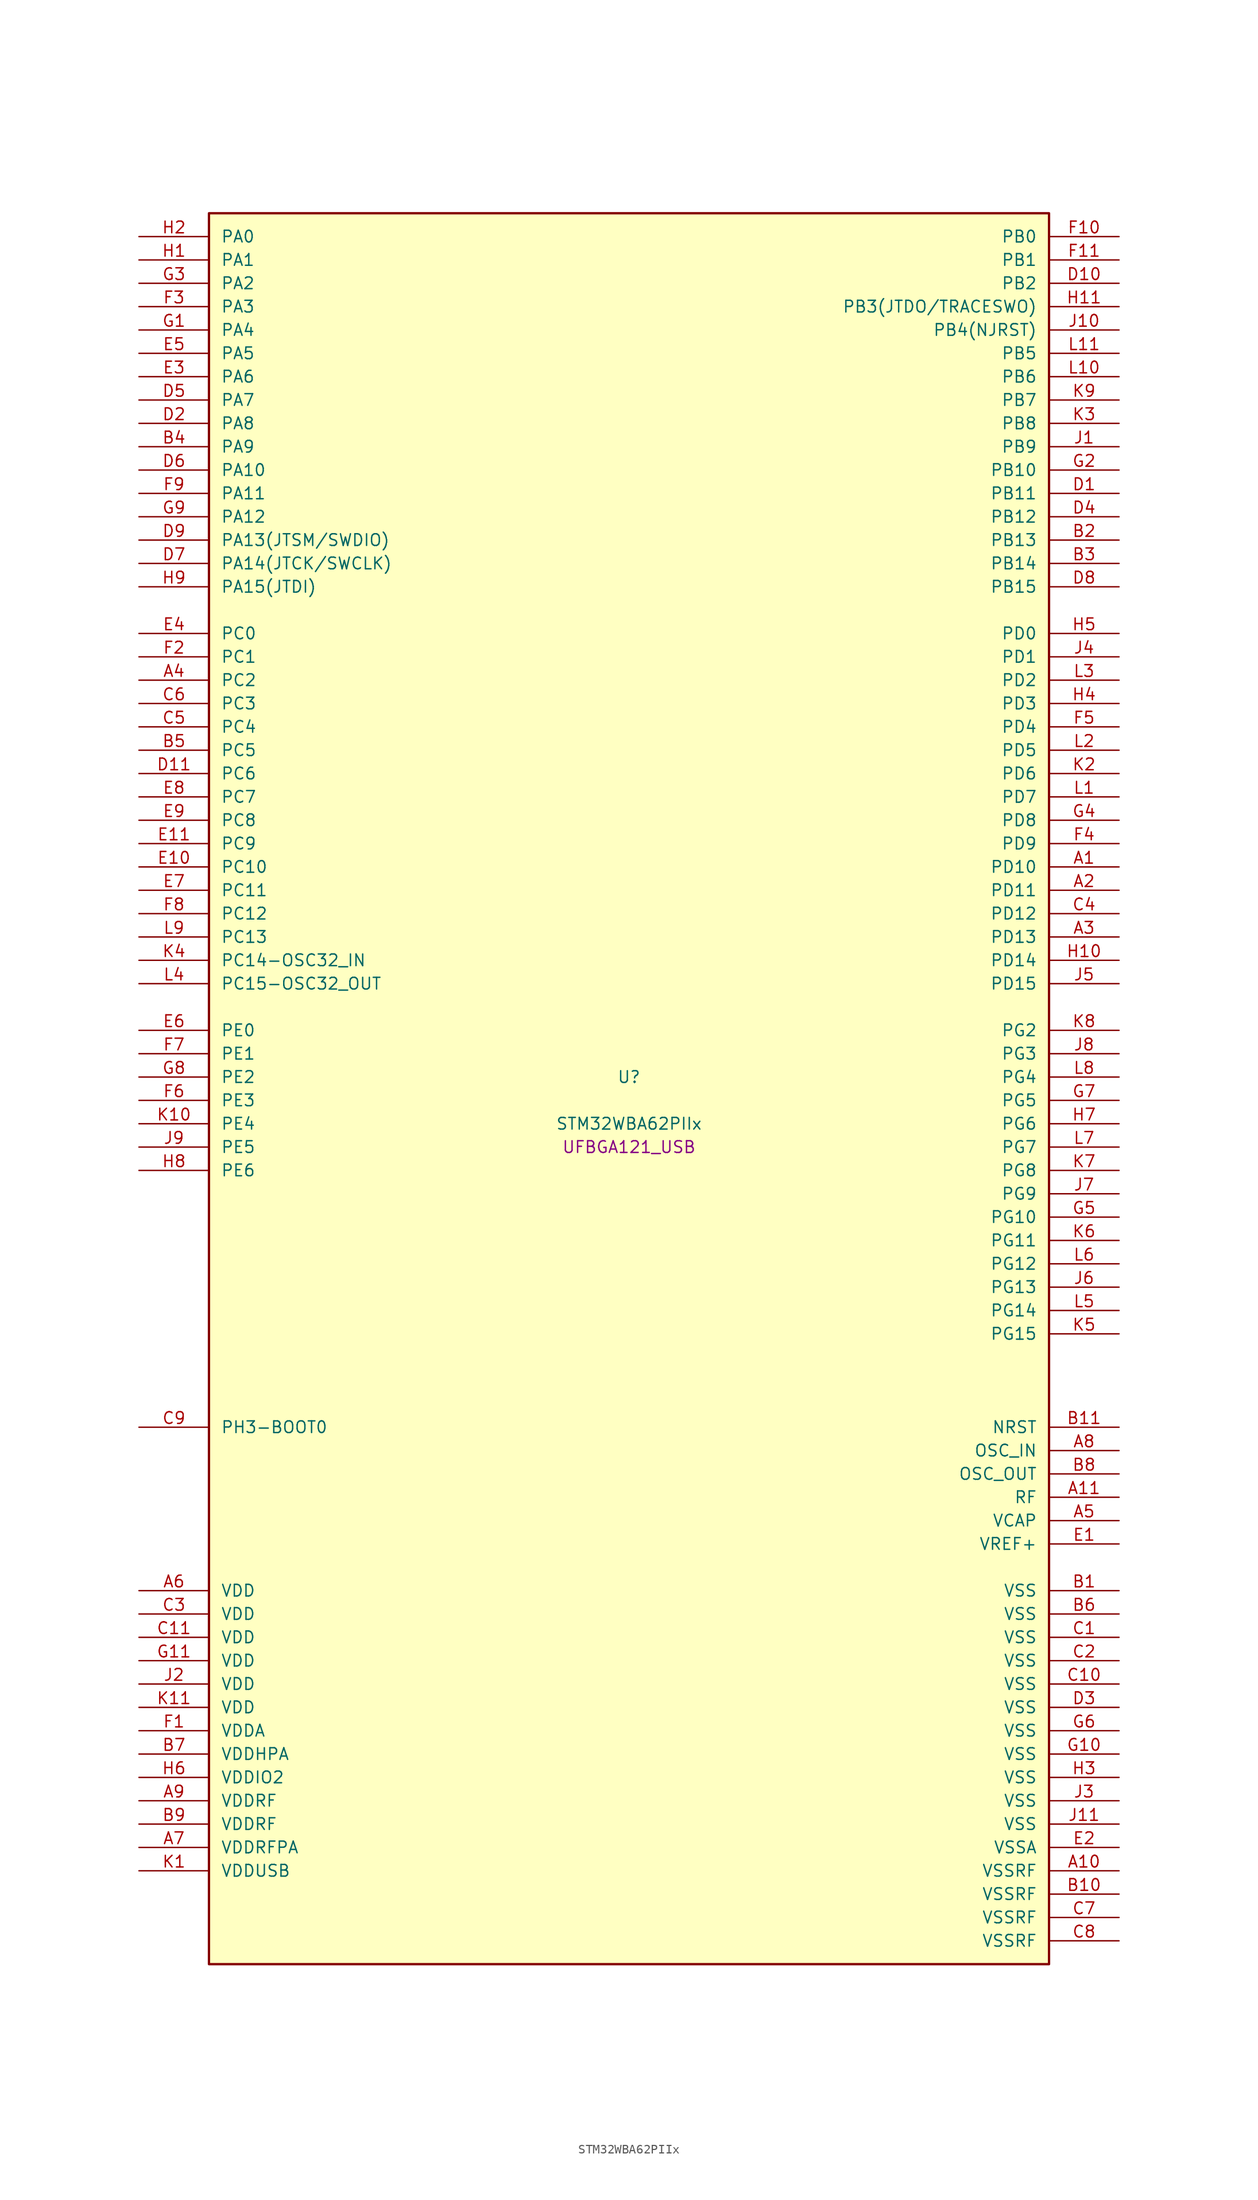
<source format=kicad_sym>
(kicad_symbol_lib
  (version 20241209)
  (generator "stm32_pkl_generator")
  (generator_version "1.0")
  (symbol "STM32WBA62PIIx"
    (pin_names
      (offset 1.27))
    (property "Reference" "U"
      (at 0 2.54 0))
    (property "Value" "STM32WBA62PIIx"
      (at 0 -2.54 0))
    (property "Footprint" "UFBGA121_USB"
      (at 0 -5.08 0))
    (symbol "STM32WBA62PIIx_1_1"
      (rectangle (start -45.72 96.52) (end 45.72 -93.98) (stroke (width 0.254) (type solid)) (fill (type background)))
      (pin bidirectional line (at -53.34 93.98 0) (length 7.62) (name "PA0") (number "H2") (alternate "PA0/ADC4_IN9" bidirectional line) (alternate "PA0/COMP2_INP" bidirectional line) (alternate "PA0/LPTIM1_IN1" bidirectional line) (alternate "PA0/LPUART1_CTS" bidirectional line) (alternate "PA0/PWR_WKUP1" bidirectional line) (alternate "PA0/SPI3_SCK" bidirectional line) (alternate "PA0/TIM1_CH2N" bidirectional line) (alternate "PA0/TIM3_CH3" bidirectional line) (alternate "PA0/TIM3_ETR" bidirectional line) (alternate "PA0/TSC_G2_IO2" bidirectional line))
      (pin bidirectional line (at -53.34 91.44 0) (length 7.62) (name "PA1") (number "H1") (alternate "PA1/ADC4_IN8" bidirectional line) (alternate "PA1/COMP1_INM" bidirectional line) (alternate "PA1/LPTIM2_CH2" bidirectional line) (alternate "PA1/LPUART1_RX" bidirectional line) (alternate "PA1/PWR_WKUP3" bidirectional line) (alternate "PA1/SAI1_CK1" bidirectional line) (alternate "PA1/SPI1_RDY" bidirectional line) (alternate "PA1/SPI3_MISO" bidirectional line) (alternate "PA1/TIM17_CH1" bidirectional line) (alternate "PA1/TIM1_CH1N" bidirectional line) (alternate "PA1/TIM3_CH2" bidirectional line) (alternate "PA1/TSC_G2_IO1" bidirectional line) (alternate "PA1/USART1_CK" bidirectional line))
      (pin bidirectional line (at -53.34 88.9 0) (length 7.62) (name "PA2") (number "G3") (alternate "PA2/ADC4_IN7" bidirectional line) (alternate "PA2/COMP1_INP" bidirectional line) (alternate "PA2/LPUART1_TX" bidirectional line) (alternate "PA2/PWR_WKUP4" bidirectional line) (alternate "PA2/RCC_LSCO" bidirectional line) (alternate "PA2/SAI1_D1" bidirectional line) (alternate "PA2/TIM16_CH1" bidirectional line) (alternate "PA2/TIM1_BKIN" bidirectional line) (alternate "PA2/TIM3_CH1" bidirectional line) (alternate "PA2/TSC_G4_IO4" bidirectional line) (alternate "PA2/USART1_DE" bidirectional line) (alternate "PA2/USART1_RTS" bidirectional line))
      (pin bidirectional line (at -53.34 86.36 0) (length 7.62) (name "PA3") (number "F3") (alternate "PA3/ADC4_IN6" bidirectional line) (alternate "PA3/PWR_WKUP5" bidirectional line) (alternate "PA3/TIM16_CH1N" bidirectional line) (alternate "PA3/TSC_G4_IO2" bidirectional line) (alternate "PA3/USART1_DE" bidirectional line) (alternate "PA3/USART1_RTS" bidirectional line))
      (pin bidirectional line (at -53.34 83.82 0) (length 7.62) (name "PA4") (number "G1") (alternate "PA4/ADC4_IN5" bidirectional line) (alternate "PA4/AUDIOCLK" bidirectional line) (alternate "PA4/PWR_WKUP2" bidirectional line) (alternate "PA4/TAMP_IN6" bidirectional line) (alternate "PA4/TAMP_OUT3" bidirectional line) (alternate "PA4/TIM16_CH1" bidirectional line) (alternate "PA4/TSC_G4_IO1" bidirectional line) (alternate "PA4/USART1_CTS" bidirectional line))
      (pin bidirectional line (at -53.34 81.28 0) (length 7.62) (name "PA5") (number "E5") (alternate "PA5/ADC4_IN4" bidirectional line) (alternate "PA5/AUDIOCLK" bidirectional line) (alternate "PA5/LPTIM2_ETR" bidirectional line) (alternate "PA5/PWR_CSLEEP" bidirectional line) (alternate "PA5/PWR_WKUP6" bidirectional line) (alternate "PA5/SAI1_D2" bidirectional line) (alternate "PA5/SPI3_NSS" bidirectional line) (alternate "PA5/TIM2_CH1" bidirectional line) (alternate "PA5/TIM2_ETR" bidirectional line) (alternate "PA5/TSC_G1_IO4" bidirectional line) (alternate "PA5/USART1_CK" bidirectional line) (alternate "PA5/USART3_RX" bidirectional line))
      (pin bidirectional line (at -53.34 78.74 0) (length 7.62) (name "PA6") (number "E3") (alternate "PA6/ADC4_IN3" bidirectional line) (alternate "PA6/I2C3_SCL" bidirectional line) (alternate "PA6/PWR_CSTOP" bidirectional line) (alternate "PA6/PWR_WKUP7" bidirectional line) (alternate "PA6/SAI1_CK2" bidirectional line) (alternate "PA6/SAI1_MCLK_A" bidirectional line) (alternate "PA6/SPI3_RDY" bidirectional line) (alternate "PA6/TIM2_CH4" bidirectional line) (alternate "PA6/TSC_G1_IO3" bidirectional line) (alternate "PA6/USART1_DE" bidirectional line) (alternate "PA6/USART1_RTS" bidirectional line) (alternate "PA6/USART3_CTS" bidirectional line))
      (pin bidirectional line (at -53.34 76.2 0) (length 7.62) (name "PA7") (number "D5") (alternate "PA7/ADC4_IN2" bidirectional line) (alternate "PA7/COMP1_OUT" bidirectional line) (alternate "PA7/I2C3_SDA" bidirectional line) (alternate "PA7/PWR_WKUP8" bidirectional line) (alternate "PA7/SAI1_SCK_A" bidirectional line) (alternate "PA7/SPI3_SCK" bidirectional line) (alternate "PA7/TAMP_IN1" bidirectional line) (alternate "PA7/TAMP_OUT2" bidirectional line) (alternate "PA7/TIM2_CH3" bidirectional line) (alternate "PA7/TSC_G1_IO2" bidirectional line) (alternate "PA7/USART1_CTS" bidirectional line) (alternate "PA7/USART3_TX" bidirectional line))
      (pin bidirectional line (at -53.34 73.66 0) (length 7.62) (name "PA8") (number "D2") (alternate "PA8/ADC4_IN1" bidirectional line) (alternate "PA8/LPTIM1_CH2" bidirectional line) (alternate "PA8/RCC_MCO" bidirectional line) (alternate "PA8/SAI1_FS_A" bidirectional line) (alternate "PA8/SPI3_RDY" bidirectional line) (alternate "PA8/TIM2_CH2" bidirectional line) (alternate "PA8/TSC_G1_IO1" bidirectional line) (alternate "PA8/USART1_RX" bidirectional line) (alternate "PA8/USB_OTG_HS_SOF" bidirectional line))
      (pin bidirectional line (at -53.34 71.12 0) (length 7.62) (name "PA9") (number "B4") (alternate "PA9/LPUART1_DE" bidirectional line) (alternate "PA9/LPUART1_RTS" bidirectional line) (alternate "PA9/SAI1_CK1" bidirectional line) (alternate "PA9/SPI2_MISO" bidirectional line) (alternate "PA9/SPI2_SCK" bidirectional line) (alternate "PA9/TIM3_CH2" bidirectional line))
      (pin bidirectional line (at -53.34 68.58 0) (length 7.62) (name "PA10") (number "D6") (alternate "PA10/LPUART1_RX" bidirectional line) (alternate "PA10/SAI1_D1" bidirectional line) (alternate "PA10/SPI2_NSS" bidirectional line) (alternate "PA10/TIM3_CH1" bidirectional line))
      (pin bidirectional line (at -53.34 66.04 0) (length 7.62) (name "PA11") (number "F9") (alternate "PA11/LPTIM2_CH1" bidirectional line) (alternate "PA11/RF_ANTSW1" bidirectional line) (alternate "PA11/TIM1_CH1" bidirectional line) (alternate "PA11/USART2_RX" bidirectional line))
      (pin bidirectional line (at -53.34 63.5 0) (length 7.62) (name "PA12") (number "G9") (alternate "PA12/COMP2_OUT" bidirectional line) (alternate "PA12/PTA_STATUS" bidirectional line) (alternate "PA12/PWR_WKUP6" bidirectional line) (alternate "PA12/RF_ANTSW0" bidirectional line) (alternate "PA12/SPI1_NSS" bidirectional line) (alternate "PA12/TIM1_CH2" bidirectional line) (alternate "PA12/TSC_G3_IO4" bidirectional line) (alternate "PA12/USART2_TX" bidirectional line))
      (pin bidirectional line (at -53.34 60.96 0) (length 7.62) (name "PA13(JTSM/SWDIO)") (number "D9") (alternate "PA13(JTSM/SWDIO)/DEBUG_JTMS-SWDIO" bidirectional line) (alternate "PA13(JTSM/SWDIO)/IR_OUT" bidirectional line) (alternate "PA13(JTSM/SWDIO)/PTA_PRIORITY" bidirectional line))
      (pin bidirectional line (at -53.34 58.42 0) (length 7.62) (name "PA14(JTCK/SWCLK)") (number "D7") (alternate "PA14(JTCK/SWCLK)/COMP2_OUT" bidirectional line) (alternate "PA14(JTCK/SWCLK)/DEBUG_JTCK-SWCLK" bidirectional line) (alternate "PA14(JTCK/SWCLK)/I2C4_SMBA" bidirectional line) (alternate "PA14(JTCK/SWCLK)/PTA_STATUS" bidirectional line) (alternate "PA14(JTCK/SWCLK)/TAMP_IN3" bidirectional line) (alternate "PA14(JTCK/SWCLK)/TAMP_OUT6" bidirectional line) (alternate "PA14(JTCK/SWCLK)/USART2_TX" bidirectional line) (alternate "PA14(JTCK/SWCLK)/USB_OTG_HS_SOF" bidirectional line))
      (pin bidirectional line (at -53.34 55.88 0) (length 7.62) (name "PA15(JTDI)") (number "H9") (alternate "PA15(JTDI)/ADC4_EXTI15" bidirectional line) (alternate "PA15(JTDI)/DEBUG_JTDI" bidirectional line) (alternate "PA15(JTDI)/I2C1_SCL" bidirectional line) (alternate "PA15(JTDI)/LPTIM1_CH2" bidirectional line) (alternate "PA15(JTDI)/PTA_STATUS" bidirectional line) (alternate "PA15(JTDI)/SPI1_MOSI" bidirectional line) (alternate "PA15(JTDI)/TIM17_BKIN" bidirectional line) (alternate "PA15(JTDI)/TIM1_ETR" bidirectional line) (alternate "PA15(JTDI)/TSC_G3_IO3" bidirectional line) (alternate "PA15(JTDI)/USART2_DE" bidirectional line) (alternate "PA15(JTDI)/USART2_RTS" bidirectional line) (alternate "PA15(JTDI)/USART3_DE" bidirectional line) (alternate "PA15(JTDI)/USART3_RTS" bidirectional line))
      (pin bidirectional line (at 53.34 93.98 180) (length 7.62) (name "PB0") (number "F10") (alternate "PB0/LPTIM2_IN2" bidirectional line) (alternate "PB0/SPI2_MOSI" bidirectional line) (alternate "PB0/TIM1_CH3N" bidirectional line) (alternate "PB0/USART2_TX" bidirectional line) (alternate "PB0/USART3_CK" bidirectional line))
      (pin bidirectional line (at 53.34 91.44 180) (length 7.62) (name "PB1") (number "F11") (alternate "PB1/I2C1_SDA" bidirectional line) (alternate "PB1/I2C3_SDA" bidirectional line) (alternate "PB1/PWR_WKUP4" bidirectional line) (alternate "PB1/TIM1_CH2N" bidirectional line) (alternate "PB1/USART2_DE" bidirectional line) (alternate "PB1/USART2_RTS" bidirectional line) (alternate "PB1/USART3_DE" bidirectional line) (alternate "PB1/USART3_RTS" bidirectional line))
      (pin bidirectional line (at 53.34 88.9 180) (length 7.62) (name "PB2") (number "D10") (alternate "PB2/I2C1_SCL" bidirectional line) (alternate "PB2/I2C3_SCL" bidirectional line) (alternate "PB2/PWR_WKUP1" bidirectional line) (alternate "PB2/RF_ANTSW2" bidirectional line) (alternate "PB2/RTC_OUT2" bidirectional line) (alternate "PB2/TIM1_CH1N" bidirectional line) (alternate "PB2/USART2_CTS" bidirectional line))
      (pin bidirectional line (at 53.34 86.36 180) (length 7.62) (name "PB3(JTDO/TRACESWO)") (number "H11") (alternate "PB3(JTDO/TRACESWO)/DEBUG_JTDO-SWO" bidirectional line) (alternate "PB3(JTDO/TRACESWO)/I2C1_SDA" bidirectional line) (alternate "PB3(JTDO/TRACESWO)/LPTIM1_IN2" bidirectional line) (alternate "PB3(JTDO/TRACESWO)/PTA_ACTIVE" bidirectional line) (alternate "PB3(JTDO/TRACESWO)/SPI1_MISO" bidirectional line) (alternate "PB3(JTDO/TRACESWO)/TIM17_CH1N" bidirectional line) (alternate "PB3(JTDO/TRACESWO)/TIM1_CH4" bidirectional line) (alternate "PB3(JTDO/TRACESWO)/TSC_G3_IO2" bidirectional line) (alternate "PB3(JTDO/TRACESWO)/USART2_CK" bidirectional line))
      (pin bidirectional line (at 53.34 83.82 180) (length 7.62) (name "PB4(NJRST)") (number "J10") (alternate "PB4(NJRST)/DEBUG_NJTRST" bidirectional line) (alternate "PB4(NJRST)/LPTIM2_IN2" bidirectional line) (alternate "PB4(NJRST)/PTA_ACTIVE" bidirectional line) (alternate "PB4(NJRST)/PTA_PRIORITY" bidirectional line) (alternate "PB4(NJRST)/SAI1_MCLK_B" bidirectional line) (alternate "PB4(NJRST)/SPI1_SCK" bidirectional line) (alternate "PB4(NJRST)/TIM17_CH1" bidirectional line) (alternate "PB4(NJRST)/TIM1_CH3" bidirectional line) (alternate "PB4(NJRST)/TSC_G3_IO1" bidirectional line) (alternate "PB4(NJRST)/USART2_RX" bidirectional line))
      (pin bidirectional line (at 53.34 81.28 180) (length 7.62) (name "PB5") (number "L11") (alternate "PB5/LPUART1_TX" bidirectional line) (alternate "PB5/SAI1_D2" bidirectional line) (alternate "PB5/SAI1_FS_B" bidirectional line) (alternate "PB5/TIM3_CH1" bidirectional line) (alternate "PB5/TSC_G5_IO4" bidirectional line))
      (pin bidirectional line (at 53.34 78.74 180) (length 7.62) (name "PB6") (number "L10") (alternate "PB6/PWR_WKUP3" bidirectional line) (alternate "PB6/SAI1_SCK_B" bidirectional line) (alternate "PB6/TIM2_CH1" bidirectional line) (alternate "PB6/TIM2_ETR" bidirectional line) (alternate "PB6/TIM4_CH1" bidirectional line) (alternate "PB6/TSC_G5_IO3" bidirectional line))
      (pin bidirectional line (at 53.34 76.2 180) (length 7.62) (name "PB7") (number "K9") (alternate "PB7/PWR_WKUP5" bidirectional line) (alternate "PB7/SAI1_SD_B" bidirectional line) (alternate "PB7/TAMP_IN5" bidirectional line) (alternate "PB7/TAMP_OUT4" bidirectional line) (alternate "PB7/TIM1_CH4N" bidirectional line) (alternate "PB7/TIM4_CH2" bidirectional line) (alternate "PB7/TSC_G5_IO2" bidirectional line))
      (pin bidirectional line (at 53.34 73.66 180) (length 7.62) (name "PB8") (number "K3") (alternate "PB8/COMP1_OUT" bidirectional line) (alternate "PB8/LPTIM1_ETR" bidirectional line) (alternate "PB8/PWR_PVD_IN" bidirectional line) (alternate "PB8/SPI3_MOSI" bidirectional line) (alternate "PB8/TIM16_CH1N" bidirectional line) (alternate "PB8/TIM1_CH1" bidirectional line) (alternate "PB8/TIM3_ETR" bidirectional line) (alternate "PB8/TIM4_CH3" bidirectional line) (alternate "PB8/TSC_G2_IO4" bidirectional line) (alternate "PB8/USART2_RX" bidirectional line))
      (pin bidirectional line (at 53.34 71.12 180) (length 7.62) (name "PB9") (number "J1") (alternate "PB9/ADC4_IN10" bidirectional line) (alternate "PB9/COMP2_INM" bidirectional line) (alternate "PB9/IR_OUT" bidirectional line) (alternate "PB9/LPTIM2_IN1" bidirectional line) (alternate "PB9/LPUART1_DE" bidirectional line) (alternate "PB9/LPUART1_RTS" bidirectional line) (alternate "PB9/PWR_WKUP8" bidirectional line) (alternate "PB9/SPI2_NSS" bidirectional line) (alternate "PB9/SPI3_MISO" bidirectional line) (alternate "PB9/TIM16_CH1" bidirectional line) (alternate "PB9/TIM1_CH3N" bidirectional line) (alternate "PB9/TIM3_CH4" bidirectional line) (alternate "PB9/TIM4_CH4" bidirectional line) (alternate "PB9/TSC_G2_IO3" bidirectional line))
      (pin bidirectional line (at 53.34 68.58 180) (length 7.62) (name "PB10") (number "G2") (alternate "PB10/I2C2_SCL" bidirectional line) (alternate "PB10/I2C4_SCL" bidirectional line) (alternate "PB10/SPI2_SCK" bidirectional line) (alternate "PB10/TIM16_BKIN" bidirectional line) (alternate "PB10/TSC_G4_IO3" bidirectional line) (alternate "PB10/USART1_CK" bidirectional line) (alternate "PB10/USART3_TX" bidirectional line))
      (pin bidirectional line (at 53.34 66.04 180) (length 7.62) (name "PB11") (number "D1") (alternate "PB11/I2C2_SDA" bidirectional line) (alternate "PB11/I2C4_SDA" bidirectional line) (alternate "PB11/LPTIM1_CH1" bidirectional line) (alternate "PB11/LPTIM1_ETR" bidirectional line) (alternate "PB11/LPUART1_TX" bidirectional line) (alternate "PB11/SPI2_RDY" bidirectional line) (alternate "PB11/USART3_RX" bidirectional line))
      (pin bidirectional line (at 53.34 63.5 180) (length 7.62) (name "PB12") (number "D4") (alternate "PB12/I2C2_SMBA" bidirectional line) (alternate "PB12/SAI1_SD_A" bidirectional line) (alternate "PB12/SPI1_RDY" bidirectional line) (alternate "PB12/SPI2_NSS" bidirectional line) (alternate "PB12/TIM2_CH1" bidirectional line) (alternate "PB12/TIM2_ETR" bidirectional line) (alternate "PB12/TIM3_ETR" bidirectional line) (alternate "PB12/TSC_SYNC" bidirectional line) (alternate "PB12/USART1_TX" bidirectional line) (alternate "PB12/USART3_CK" bidirectional line))
      (pin bidirectional line (at 53.34 60.96 180) (length 7.62) (name "PB13") (number "B2") (alternate "PB13/I2C2_SCL" bidirectional line) (alternate "PB13/SPI2_SCK" bidirectional line) (alternate "PB13/TIM3_CH4" bidirectional line) (alternate "PB13/TSC_G6_IO2" bidirectional line) (alternate "PB13/USART3_CTS" bidirectional line))
      (pin bidirectional line (at 53.34 58.42 180) (length 7.62) (name "PB14") (number "B3") (alternate "PB14/I2C2_SDA" bidirectional line) (alternate "PB14/PWR_WKUP7" bidirectional line) (alternate "PB14/RTC_REFIN" bidirectional line) (alternate "PB14/SAI1_SD_A" bidirectional line) (alternate "PB14/SPI2_MISO" bidirectional line) (alternate "PB14/TIM3_CH3" bidirectional line) (alternate "PB14/TSC_G6_IO1" bidirectional line) (alternate "PB14/USART1_TX" bidirectional line) (alternate "PB14/USART3_DE" bidirectional line) (alternate "PB14/USART3_RTS" bidirectional line))
      (pin bidirectional line (at 53.34 55.88 180) (length 7.62) (name "PB15") (number "D8") (alternate "PB15/ADC4_EXTI15" bidirectional line) (alternate "PB15/I2C1_SMBA" bidirectional line) (alternate "PB15/I2C3_SMBA" bidirectional line) (alternate "PB15/LPUART1_CTS" bidirectional line) (alternate "PB15/PTA_GRANT" bidirectional line) (alternate "PB15/RF_EXTPABYP" bidirectional line) (alternate "PB15/TIM16_BKIN" bidirectional line) (alternate "PB15/TIM1_BKIN2" bidirectional line) (alternate "PB15/USART2_CTS" bidirectional line))
      (pin bidirectional line (at -53.34 50.8 0) (length 7.62) (name "PC0") (number "E4") (alternate "PC0/I2C3_SCL" bidirectional line) (alternate "PC0/LPTIM1_IN1" bidirectional line) (alternate "PC0/LPTIM2_IN1" bidirectional line) (alternate "PC0/LPUART1_RX" bidirectional line) (alternate "PC0/SPI2_RDY" bidirectional line))
      (pin bidirectional line (at -53.34 48.26 0) (length 7.62) (name "PC1") (number "F2") (alternate "PC1/I2C3_SDA" bidirectional line) (alternate "PC1/LPTIM1_CH1" bidirectional line) (alternate "PC1/LPUART1_TX" bidirectional line) (alternate "PC1/SAI1_SD_A" bidirectional line) (alternate "PC1/SPI2_MOSI" bidirectional line))
      (pin bidirectional line (at -53.34 45.72 0) (length 7.62) (name "PC2") (number "A4") (alternate "PC2/LPTIM1_IN2" bidirectional line) (alternate "PC2/SPI2_MISO" bidirectional line))
      (pin bidirectional line (at -53.34 43.18 0) (length 7.62) (name "PC3") (number "C6") (alternate "PC3/LPTIM1_ETR" bidirectional line) (alternate "PC3/LPTIM2_ETR" bidirectional line) (alternate "PC3/SAI1_D1" bidirectional line) (alternate "PC3/SAI1_SD_A" bidirectional line) (alternate "PC3/SPI2_MOSI" bidirectional line) (alternate "PC3/SPI3_MOSI" bidirectional line) (alternate "PC3/TIM3_CH1" bidirectional line))
      (pin bidirectional line (at -53.34 40.64 0) (length 7.62) (name "PC4") (number "C5") (alternate "PC4/LPTIM2_CH2" bidirectional line) (alternate "PC4/SAI1_D2" bidirectional line) (alternate "PC4/SAI1_FS_A" bidirectional line) (alternate "PC4/SPI3_MISO" bidirectional line) (alternate "PC4/TIM3_CH2" bidirectional line) (alternate "PC4/USART3_TX" bidirectional line))
      (pin bidirectional line (at -53.34 38.1 0) (length 7.62) (name "PC5") (number "B5") (alternate "PC5/SAI1_D3" bidirectional line) (alternate "PC5/SAI1_SD_B" bidirectional line) (alternate "PC5/TIM1_CH4N" bidirectional line) (alternate "PC5/USART3_RX" bidirectional line))
      (pin bidirectional line (at -53.34 35.56 0) (length 7.62) (name "PC6") (number "D11") (alternate "PC6/PWR_CSLEEP" bidirectional line) (alternate "PC6/TIM3_CH1" bidirectional line))
      (pin bidirectional line (at -53.34 33.02 0) (length 7.62) (name "PC7") (number "E8") (alternate "PC7/LPTIM2_CH2" bidirectional line) (alternate "PC7/PWR_CSTOP" bidirectional line) (alternate "PC7/TIM3_CH2" bidirectional line) (alternate "PC7/USART2_DE" bidirectional line) (alternate "PC7/USART2_RTS" bidirectional line))
      (pin bidirectional line (at -53.34 30.48 0) (length 7.62) (name "PC8") (number "E9") (alternate "PC8/TIM3_CH3" bidirectional line) (alternate "PC8/USART2_RX" bidirectional line))
      (pin bidirectional line (at -53.34 27.94 0) (length 7.62) (name "PC9") (number "E11") (alternate "PC9/TIM3_CH4" bidirectional line) (alternate "PC9/USART2_TX" bidirectional line))
      (pin bidirectional line (at -53.34 25.4 0) (length 7.62) (name "PC10") (number "E10") (alternate "PC10/SPI3_SCK" bidirectional line) (alternate "PC10/USART3_TX" bidirectional line))
      (pin bidirectional line (at -53.34 22.86 0) (length 7.62) (name "PC11") (number "E7") (alternate "PC11/SPI3_MISO" bidirectional line) (alternate "PC11/USART3_RX" bidirectional line))
      (pin bidirectional line (at -53.34 20.32 0) (length 7.62) (name "PC12") (number "F8") (alternate "PC12/SPI3_MOSI" bidirectional line) (alternate "PC12/USART3_CK" bidirectional line))
      (pin bidirectional line (at -53.34 17.78 0) (length 7.62) (name "PC13") (number "L9") (alternate "PC13/PWR_WKUP2" bidirectional line) (alternate "PC13/RTC_OUT1" bidirectional line) (alternate "PC13/RTC_TS" bidirectional line) (alternate "PC13/TAMP_IN4" bidirectional line) (alternate "PC13/TAMP_OUT5" bidirectional line) (alternate "PC13/TIM1_BKIN2" bidirectional line) (alternate "PC13/TSC_G5_IO1" bidirectional line))
      (pin bidirectional line (at -53.34 15.24 0) (length 7.62) (name "PC14-OSC32_IN") (number "K4") (alternate "PC14-OSC32_IN/RCC_OSC32_IN" bidirectional line))
      (pin bidirectional line (at -53.34 12.7 0) (length 7.62) (name "PC15-OSC32_OUT") (number "L4") (alternate "PC15-OSC32_OUT/ADC4_EXTI15" bidirectional line) (alternate "PC15-OSC32_OUT/RCC_OSC32_OUT" bidirectional line))
      (pin bidirectional line (at 53.34 50.8 180) (length 7.62) (name "PD0") (number "H5") (alternate "PD0/SPI2_NSS" bidirectional line) (alternate "PD0/TSC_G8_IO3" bidirectional line))
      (pin bidirectional line (at 53.34 48.26 180) (length 7.62) (name "PD1") (number "J4") (alternate "PD1/SPI2_SCK" bidirectional line) (alternate "PD1/TSC_G8_IO2" bidirectional line))
      (pin bidirectional line (at 53.34 45.72 180) (length 7.62) (name "PD2") (number "L3") (alternate "PD2/TIM3_ETR" bidirectional line) (alternate "PD2/TSC_SYNC" bidirectional line) (alternate "PD2/USART3_DE" bidirectional line) (alternate "PD2/USART3_RTS" bidirectional line))
      (pin bidirectional line (at 53.34 43.18 180) (length 7.62) (name "PD3") (number "H4") (alternate "PD3/SPI2_MISO" bidirectional line) (alternate "PD3/SPI2_SCK" bidirectional line) (alternate "PD3/TSC_G8_IO1" bidirectional line) (alternate "PD3/USART2_CTS" bidirectional line))
      (pin bidirectional line (at 53.34 40.64 180) (length 7.62) (name "PD4") (number "F5") (alternate "PD4/LPTIM2_IN2" bidirectional line) (alternate "PD4/USART3_RX" bidirectional line))
      (pin bidirectional line (at 53.34 38.1 180) (length 7.62) (name "PD5") (number "L2") (alternate "PD5/SAI1_D1" bidirectional line) (alternate "PD5/SAI1_SD_A" bidirectional line) (alternate "PD5/SPI3_MOSI" bidirectional line) (alternate "PD5/USART2_RX" bidirectional line))
      (pin bidirectional line (at 53.34 35.56 180) (length 7.62) (name "PD6") (number "K2") (alternate "PD6/USB_OTG_HS_DP" bidirectional line))
      (pin bidirectional line (at 53.34 33.02 180) (length 7.62) (name "PD7") (number "L1") (alternate "PD7/USB_OTG_HS_DM" bidirectional line))
      (pin bidirectional line (at 53.34 30.48 180) (length 7.62) (name "PD8") (number "G4") (alternate "PD8/USART2_CK" bidirectional line) (alternate "PD8/USB_OTG_HS_ID" bidirectional line))
      (pin bidirectional line (at 53.34 27.94 180) (length 7.62) (name "PD9") (number "F4") (alternate "PD9/USART2_TX" bidirectional line) (alternate "PD9/USART3_TX" bidirectional line) (alternate "PD9/USB_OTG_HS_VBUS" bidirectional line))
      (pin bidirectional line (at 53.34 25.4 180) (length 7.62) (name "PD10") (number "A1") (alternate "PD10/LPTIM2_CH2" bidirectional line) (alternate "PD10/USART3_CK" bidirectional line))
      (pin bidirectional line (at 53.34 22.86 180) (length 7.62) (name "PD11") (number "A2") (alternate "PD11/I2C4_SMBA" bidirectional line) (alternate "PD11/LPTIM2_ETR" bidirectional line) (alternate "PD11/USART3_CTS" bidirectional line))
      (pin bidirectional line (at 53.34 20.32 180) (length 7.62) (name "PD12") (number "C4") (alternate "PD12/I2C4_SCL" bidirectional line) (alternate "PD12/LPTIM2_IN1" bidirectional line) (alternate "PD12/TIM4_CH1" bidirectional line) (alternate "PD12/TSC_G6_IO3" bidirectional line) (alternate "PD12/USART3_DE" bidirectional line) (alternate "PD12/USART3_RTS" bidirectional line))
      (pin bidirectional line (at 53.34 17.78 180) (length 7.62) (name "PD13") (number "A3") (alternate "PD13/I2C4_SDA" bidirectional line) (alternate "PD13/LPTIM2_CH1" bidirectional line) (alternate "PD13/TIM4_CH2" bidirectional line) (alternate "PD13/TSC_G6_IO4" bidirectional line))
      (pin bidirectional line (at 53.34 15.24 180) (length 7.62) (name "PD14") (number "H10") (alternate "PD14/DEBUG_TRACED3" bidirectional line) (alternate "PD14/TIM4_CH3" bidirectional line))
      (pin bidirectional line (at 53.34 12.7 180) (length 7.62) (name "PD15") (number "J5") (alternate "PD15/ADC4_EXTI15" bidirectional line) (alternate "PD15/TIM4_CH4" bidirectional line) (alternate "PD15/TSC_G8_IO4" bidirectional line))
      (pin bidirectional line (at -53.34 7.62 0) (length 7.62) (name "PE0") (number "E6") (alternate "PE0/DEBUG_TRACECLK" bidirectional line) (alternate "PE0/TIM16_CH1" bidirectional line) (alternate "PE0/TIM4_ETR" bidirectional line) (alternate "PE0/TSC_G7_IO4" bidirectional line))
      (pin bidirectional line (at -53.34 5.08 0) (length 7.62) (name "PE1") (number "F7") (alternate "PE1/DEBUG_TRACED0" bidirectional line) (alternate "PE1/TIM17_CH1" bidirectional line) (alternate "PE1/TSC_G7_IO3" bidirectional line))
      (pin bidirectional line (at -53.34 2.54 0) (length 7.62) (name "PE2") (number "G8") (alternate "PE2/DEBUG_TRACED1" bidirectional line) (alternate "PE2/SAI1_CK1" bidirectional line) (alternate "PE2/SAI1_MCLK_A" bidirectional line) (alternate "PE2/TIM3_ETR" bidirectional line) (alternate "PE2/TSC_G7_IO2" bidirectional line))
      (pin bidirectional line (at -53.34 0 0) (length 7.62) (name "PE3") (number "F6") (alternate "PE3/DEBUG_TRACED2" bidirectional line) (alternate "PE3/SAI1_SD_B" bidirectional line) (alternate "PE3/TIM3_CH1" bidirectional line) (alternate "PE3/TSC_G7_IO1" bidirectional line))
      (pin bidirectional line (at -53.34 -2.54 0) (length 7.62) (name "PE4") (number "K10") (alternate "PE4/SAI1_D2" bidirectional line) (alternate "PE4/SAI1_FS_A" bidirectional line) (alternate "PE4/TIM3_CH2" bidirectional line))
      (pin bidirectional line (at -53.34 -5.08 0) (length 7.62) (name "PE5") (number "J9") (alternate "PE5/SAI1_CK2" bidirectional line) (alternate "PE5/SAI1_SCK_A" bidirectional line) (alternate "PE5/TIM3_CH3" bidirectional line))
      (pin bidirectional line (at -53.34 -7.62 0) (length 7.62) (name "PE6") (number "H8") (alternate "PE6/SAI1_D1" bidirectional line) (alternate "PE6/SAI1_SD_A" bidirectional line) (alternate "PE6/TIM3_CH4" bidirectional line))
      (pin bidirectional line (at 53.34 7.62 180) (length 7.62) (name "PG2") (number "K8") (alternate "PG2/SAI1_SCK_B" bidirectional line) (alternate "PG2/SPI1_SCK" bidirectional line))
      (pin bidirectional line (at 53.34 5.08 180) (length 7.62) (name "PG3") (number "J8") (alternate "PG3/SAI1_FS_B" bidirectional line) (alternate "PG3/SPI1_MISO" bidirectional line))
      (pin bidirectional line (at 53.34 2.54 180) (length 7.62) (name "PG4") (number "L8") (alternate "PG4/SAI1_MCLK_B" bidirectional line) (alternate "PG4/SPI1_MOSI" bidirectional line))
      (pin bidirectional line (at 53.34 0 180) (length 7.62) (name "PG5") (number "G7") (alternate "PG5/LPUART1_CTS" bidirectional line) (alternate "PG5/SAI1_SD_B" bidirectional line) (alternate "PG5/SPI1_NSS" bidirectional line))
      (pin bidirectional line (at 53.34 -2.54 180) (length 7.62) (name "PG6") (number "H7") (alternate "PG6/I2C3_SMBA" bidirectional line) (alternate "PG6/LPUART1_DE" bidirectional line) (alternate "PG6/LPUART1_RTS" bidirectional line) (alternate "PG6/SPI1_RDY" bidirectional line))
      (pin bidirectional line (at 53.34 -5.08 180) (length 7.62) (name "PG7") (number "L7") (alternate "PG7/I2C3_SCL" bidirectional line) (alternate "PG7/LPUART1_TX" bidirectional line) (alternate "PG7/SAI1_CK1" bidirectional line) (alternate "PG7/SAI1_MCLK_A" bidirectional line))
      (pin bidirectional line (at 53.34 -7.62 180) (length 7.62) (name "PG8") (number "K7") (alternate "PG8/I2C3_SDA" bidirectional line) (alternate "PG8/LPUART1_RX" bidirectional line))
      (pin bidirectional line (at 53.34 -10.16 180) (length 7.62) (name "PG9") (number "J7") (alternate "PG9/SAI1_SCK_A" bidirectional line) (alternate "PG9/SPI3_SCK" bidirectional line) (alternate "PG9/USART1_TX" bidirectional line))
      (pin bidirectional line (at 53.34 -12.7 180) (length 7.62) (name "PG10") (number "G5") (alternate "PG10/LPTIM1_IN1" bidirectional line) (alternate "PG10/SAI1_FS_A" bidirectional line) (alternate "PG10/SPI3_MISO" bidirectional line) (alternate "PG10/USART1_RX" bidirectional line))
      (pin bidirectional line (at 53.34 -15.24 180) (length 7.62) (name "PG11") (number "K6") (alternate "PG11/LPTIM1_IN2" bidirectional line) (alternate "PG11/SAI1_MCLK_A" bidirectional line) (alternate "PG11/SPI3_MOSI" bidirectional line) (alternate "PG11/USART1_CTS" bidirectional line))
      (pin bidirectional line (at 53.34 -17.78 180) (length 7.62) (name "PG12") (number "L6") (alternate "PG12/LPTIM1_ETR" bidirectional line) (alternate "PG12/SAI1_SD_A" bidirectional line) (alternate "PG12/SPI3_NSS" bidirectional line) (alternate "PG12/USART1_DE" bidirectional line) (alternate "PG12/USART1_RTS" bidirectional line))
      (pin bidirectional line (at 53.34 -20.32 180) (length 7.62) (name "PG13") (number "J6") (alternate "PG13/I2C1_SDA" bidirectional line) (alternate "PG13/SPI3_RDY" bidirectional line) (alternate "PG13/USART1_CK" bidirectional line))
      (pin bidirectional line (at 53.34 -22.86 180) (length 7.62) (name "PG14") (number "L5") (alternate "PG14/I2C1_SCL" bidirectional line) (alternate "PG14/LPTIM1_CH2" bidirectional line))
      (pin bidirectional line (at 53.34 -25.4 180) (length 7.62) (name "PG15") (number "K5") (alternate "PG15/ADC4_EXTI15" bidirectional line) (alternate "PG15/I2C1_SMBA" bidirectional line) (alternate "PG15/LPTIM1_CH1" bidirectional line))
      (pin bidirectional line (at -53.34 -35.56 0) (length 7.62) (name "PH3-BOOT0") (number "C9") (alternate "PH3-BOOT0/PTA_GRANT" bidirectional line) (alternate "PH3-BOOT0/RF_EXTPABYP" bidirectional line) (alternate "PH3-BOOT0/TAMP_IN2" bidirectional line) (alternate "PH3-BOOT0/TAMP_OUT1" bidirectional line))
      (pin input line (at 53.34 -35.56 180) (length 7.62) (name "NRST") (number "B11"))
      (pin bidirectional line (at 53.34 -38.1 180) (length 7.62) (name "OSC_IN") (number "A8") (alternate "OSC_IN/RCC_OSC_IN" bidirectional line))
      (pin bidirectional line (at 53.34 -40.64 180) (length 7.62) (name "OSC_OUT") (number "B8") (alternate "OSC_OUT/RCC_OSC_OUT" bidirectional line))
      (pin bidirectional line (at 53.34 -43.18 180) (length 7.62) (name "RF") (number "A11"))
      (pin power_in line (at 53.34 -45.72 180) (length 7.62) (name "VCAP") (number "A5"))
      (pin bidirectional line (at 53.34 -48.26 180) (length 7.62) (name "VREF+") (number "E1"))
      (pin power_in line (at -53.34 -53.34 0) (length 7.62) (name "VDD") (number "A6"))
      (pin power_in line (at -53.34 -55.88 0) (length 7.62) (name "VDD") (number "C3"))
      (pin power_in line (at -53.34 -58.42 0) (length 7.62) (name "VDD") (number "C11"))
      (pin power_in line (at -53.34 -60.96 0) (length 7.62) (name "VDD") (number "G11"))
      (pin power_in line (at -53.34 -63.5 0) (length 7.62) (name "VDD") (number "J2"))
      (pin power_in line (at -53.34 -66.04 0) (length 7.62) (name "VDD") (number "K11"))
      (pin power_in line (at -53.34 -68.58 0) (length 7.62) (name "VDDA") (number "F1"))
      (pin power_in line (at -53.34 -71.12 0) (length 7.62) (name "VDDHPA") (number "B7"))
      (pin power_in line (at -53.34 -73.66 0) (length 7.62) (name "VDDIO2") (number "H6"))
      (pin power_in line (at -53.34 -76.2 0) (length 7.62) (name "VDDRF") (number "A9"))
      (pin power_in line (at -53.34 -78.74 0) (length 7.62) (name "VDDRF") (number "B9"))
      (pin power_in line (at -53.34 -81.28 0) (length 7.62) (name "VDDRFPA") (number "A7"))
      (pin power_in line (at -53.34 -83.82 0) (length 7.62) (name "VDDUSB") (number "K1"))
      (pin power_in line (at 53.34 -53.34 180) (length 7.62) (name "VSS") (number "B1"))
      (pin power_in line (at 53.34 -55.88 180) (length 7.62) (name "VSS") (number "B6"))
      (pin power_in line (at 53.34 -58.42 180) (length 7.62) (name "VSS") (number "C1"))
      (pin power_in line (at 53.34 -60.96 180) (length 7.62) (name "VSS") (number "C2"))
      (pin power_in line (at 53.34 -63.5 180) (length 7.62) (name "VSS") (number "C10"))
      (pin power_in line (at 53.34 -66.04 180) (length 7.62) (name "VSS") (number "D3"))
      (pin power_in line (at 53.34 -68.58 180) (length 7.62) (name "VSS") (number "G6"))
      (pin power_in line (at 53.34 -71.12 180) (length 7.62) (name "VSS") (number "G10"))
      (pin power_in line (at 53.34 -73.66 180) (length 7.62) (name "VSS") (number "H3"))
      (pin power_in line (at 53.34 -76.2 180) (length 7.62) (name "VSS") (number "J3"))
      (pin power_in line (at 53.34 -78.74 180) (length 7.62) (name "VSS") (number "J11"))
      (pin power_in line (at 53.34 -81.28 180) (length 7.62) (name "VSSA") (number "E2"))
      (pin power_in line (at 53.34 -83.82 180) (length 7.62) (name "VSSRF") (number "A10"))
      (pin power_in line (at 53.34 -86.36 180) (length 7.62) (name "VSSRF") (number "B10"))
      (pin power_in line (at 53.34 -88.9 180) (length 7.62) (name "VSSRF") (number "C7"))
      (pin power_in line (at 53.34 -91.44 180) (length 7.62) (name "VSSRF") (number "C8")))))
</source>
